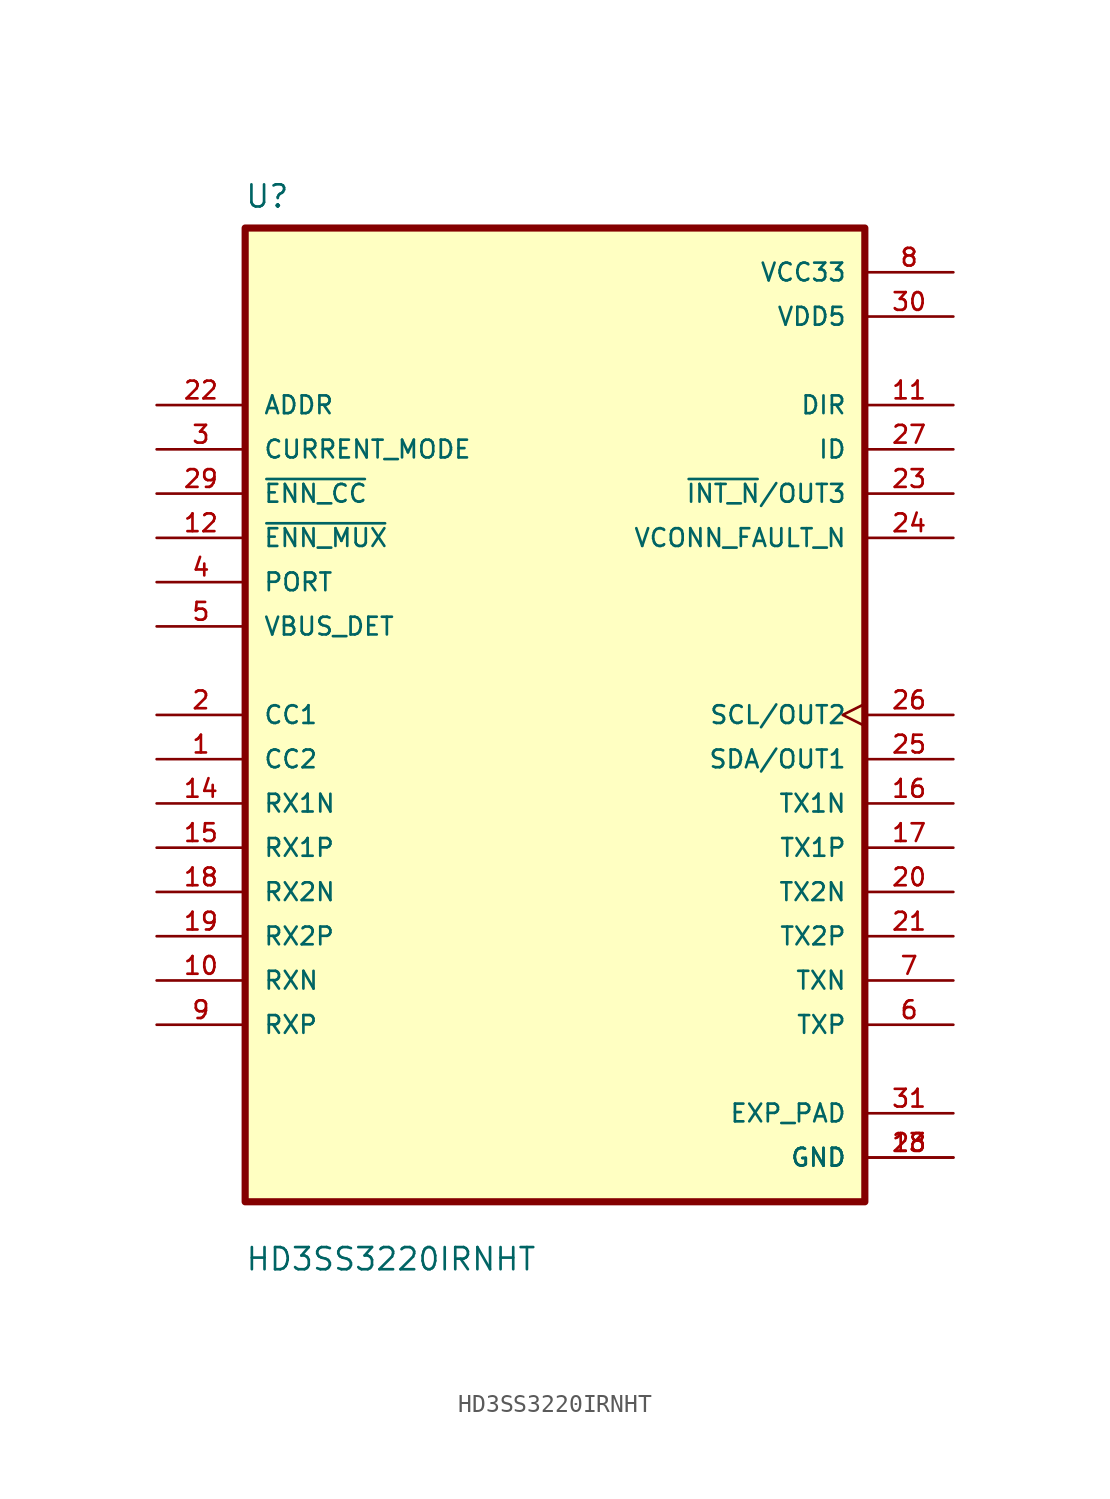
<source format=kicad_sym>
(kicad_symbol_lib
  (version 20211014)
  (generator kicad_symbol_editor)
  (symbol "HD3SS3220IRNHT"
    (pin_names
      (offset 1.016))
    (property "Reference" "U"
      (at -17.824 29.012 0.0)
      (effects (font (size 1.27 1.27)) (justify bottom left)))
    (property "Value" "HD3SS3220IRNHT"
      (at -17.798 -31.972 0.0)
      (effects (font (size 1.27 1.27)) (justify bottom left)))
    (symbol "HD3SS3220IRNHT_0_0"
      (rectangle (start -17.78 -27.94) (end 17.78 27.94) (stroke (width 0.41)) (fill (type background)))
      (pin input line (at -22.86 17.78 0) (length 5.08) (name "ADDR" (effects (font (size 1.016 1.016)))) (number "22" (effects (font (size 1.016 1.016)))))
      (pin input line (at -22.86 15.24 0) (length 5.08) (name "CURRENT_MODE" (effects (font (size 1.016 1.016)))) (number "3" (effects (font (size 1.016 1.016)))))
      (pin input line (at -22.86 12.7 0) (length 5.08) (name "~{ENN_CC}" (effects (font (size 1.016 1.016)))) (number "29" (effects (font (size 1.016 1.016)))))
      (pin input line (at -22.86 10.16 0) (length 5.08) (name "~{ENN_MUX}" (effects (font (size 1.016 1.016)))) (number "12" (effects (font (size 1.016 1.016)))))
      (pin input line (at -22.86 7.62 0) (length 5.08) (name "PORT" (effects (font (size 1.016 1.016)))) (number "4" (effects (font (size 1.016 1.016)))))
      (pin input line (at -22.86 5.08 0) (length 5.08) (name "VBUS_DET" (effects (font (size 1.016 1.016)))) (number "5" (effects (font (size 1.016 1.016)))))
      (pin bidirectional line (at -22.86 0.0 0) (length 5.08) (name "CC1" (effects (font (size 1.016 1.016)))) (number "2" (effects (font (size 1.016 1.016)))))
      (pin bidirectional line (at -22.86 -2.54 0) (length 5.08) (name "CC2" (effects (font (size 1.016 1.016)))) (number "1" (effects (font (size 1.016 1.016)))))
      (pin bidirectional line (at -22.86 -5.08 0) (length 5.08) (name "RX1N" (effects (font (size 1.016 1.016)))) (number "14" (effects (font (size 1.016 1.016)))))
      (pin bidirectional line (at -22.86 -7.62 0) (length 5.08) (name "RX1P" (effects (font (size 1.016 1.016)))) (number "15" (effects (font (size 1.016 1.016)))))
      (pin bidirectional line (at -22.86 -10.16 0) (length 5.08) (name "RX2N" (effects (font (size 1.016 1.016)))) (number "18" (effects (font (size 1.016 1.016)))))
      (pin bidirectional line (at -22.86 -12.7 0) (length 5.08) (name "RX2P" (effects (font (size 1.016 1.016)))) (number "19" (effects (font (size 1.016 1.016)))))
      (pin bidirectional line (at -22.86 -15.24 0) (length 5.08) (name "RXN" (effects (font (size 1.016 1.016)))) (number "10" (effects (font (size 1.016 1.016)))))
      (pin bidirectional line (at -22.86 -17.78 0) (length 5.08) (name "RXP" (effects (font (size 1.016 1.016)))) (number "9" (effects (font (size 1.016 1.016)))))
      (pin power_in line (at 22.86 25.4 180.0) (length 5.08) (name "VCC33" (effects (font (size 1.016 1.016)))) (number "8" (effects (font (size 1.016 1.016)))))
      (pin power_in line (at 22.86 22.86 180.0) (length 5.08) (name "VDD5" (effects (font (size 1.016 1.016)))) (number "30" (effects (font (size 1.016 1.016)))))
      (pin output line (at 22.86 17.78 180.0) (length 5.08) (name "DIR" (effects (font (size 1.016 1.016)))) (number "11" (effects (font (size 1.016 1.016)))))
      (pin output line (at 22.86 15.24 180.0) (length 5.08) (name "ID" (effects (font (size 1.016 1.016)))) (number "27" (effects (font (size 1.016 1.016)))))
      (pin output line (at 22.86 12.7 180.0) (length 5.08) (name "~{INT_N}/OUT3" (effects (font (size 1.016 1.016)))) (number "23" (effects (font (size 1.016 1.016)))))
      (pin output line (at 22.86 10.16 180.0) (length 5.08) (name "VCONN_FAULT_N" (effects (font (size 1.016 1.016)))) (number "24" (effects (font (size 1.016 1.016)))))
      (pin bidirectional clock (at 22.86 0.0 180.0) (length 5.08) (name "SCL/OUT2" (effects (font (size 1.016 1.016)))) (number "26" (effects (font (size 1.016 1.016)))))
      (pin bidirectional line (at 22.86 -2.54 180.0) (length 5.08) (name "SDA/OUT1" (effects (font (size 1.016 1.016)))) (number "25" (effects (font (size 1.016 1.016)))))
      (pin bidirectional line (at 22.86 -5.08 180.0) (length 5.08) (name "TX1N" (effects (font (size 1.016 1.016)))) (number "16" (effects (font (size 1.016 1.016)))))
      (pin bidirectional line (at 22.86 -7.62 180.0) (length 5.08) (name "TX1P" (effects (font (size 1.016 1.016)))) (number "17" (effects (font (size 1.016 1.016)))))
      (pin bidirectional line (at 22.86 -10.16 180.0) (length 5.08) (name "TX2N" (effects (font (size 1.016 1.016)))) (number "20" (effects (font (size 1.016 1.016)))))
      (pin bidirectional line (at 22.86 -12.7 180.0) (length 5.08) (name "TX2P" (effects (font (size 1.016 1.016)))) (number "21" (effects (font (size 1.016 1.016)))))
      (pin bidirectional line (at 22.86 -15.24 180.0) (length 5.08) (name "TXN" (effects (font (size 1.016 1.016)))) (number "7" (effects (font (size 1.016 1.016)))))
      (pin bidirectional line (at 22.86 -17.78 180.0) (length 5.08) (name "TXP" (effects (font (size 1.016 1.016)))) (number "6" (effects (font (size 1.016 1.016)))))
      (pin power_in line (at 22.86 -25.4 180.0) (length 5.08) (name "GND" (effects (font (size 1.016 1.016)))) (number "13" (effects (font (size 1.016 1.016)))))
      (pin power_in line (at 22.86 -25.4 180.0) (length 5.08) (name "GND" (effects (font (size 1.016 1.016)))) (number "28" (effects (font (size 1.016 1.016)))))
      (pin power_in line (at 22.86 -22.86 180.0) (length 5.08) (name "EXP_PAD" (effects (font (size 1.016 1.016)))) (number "31" (effects (font (size 1.016 1.016))))))))
</source>
